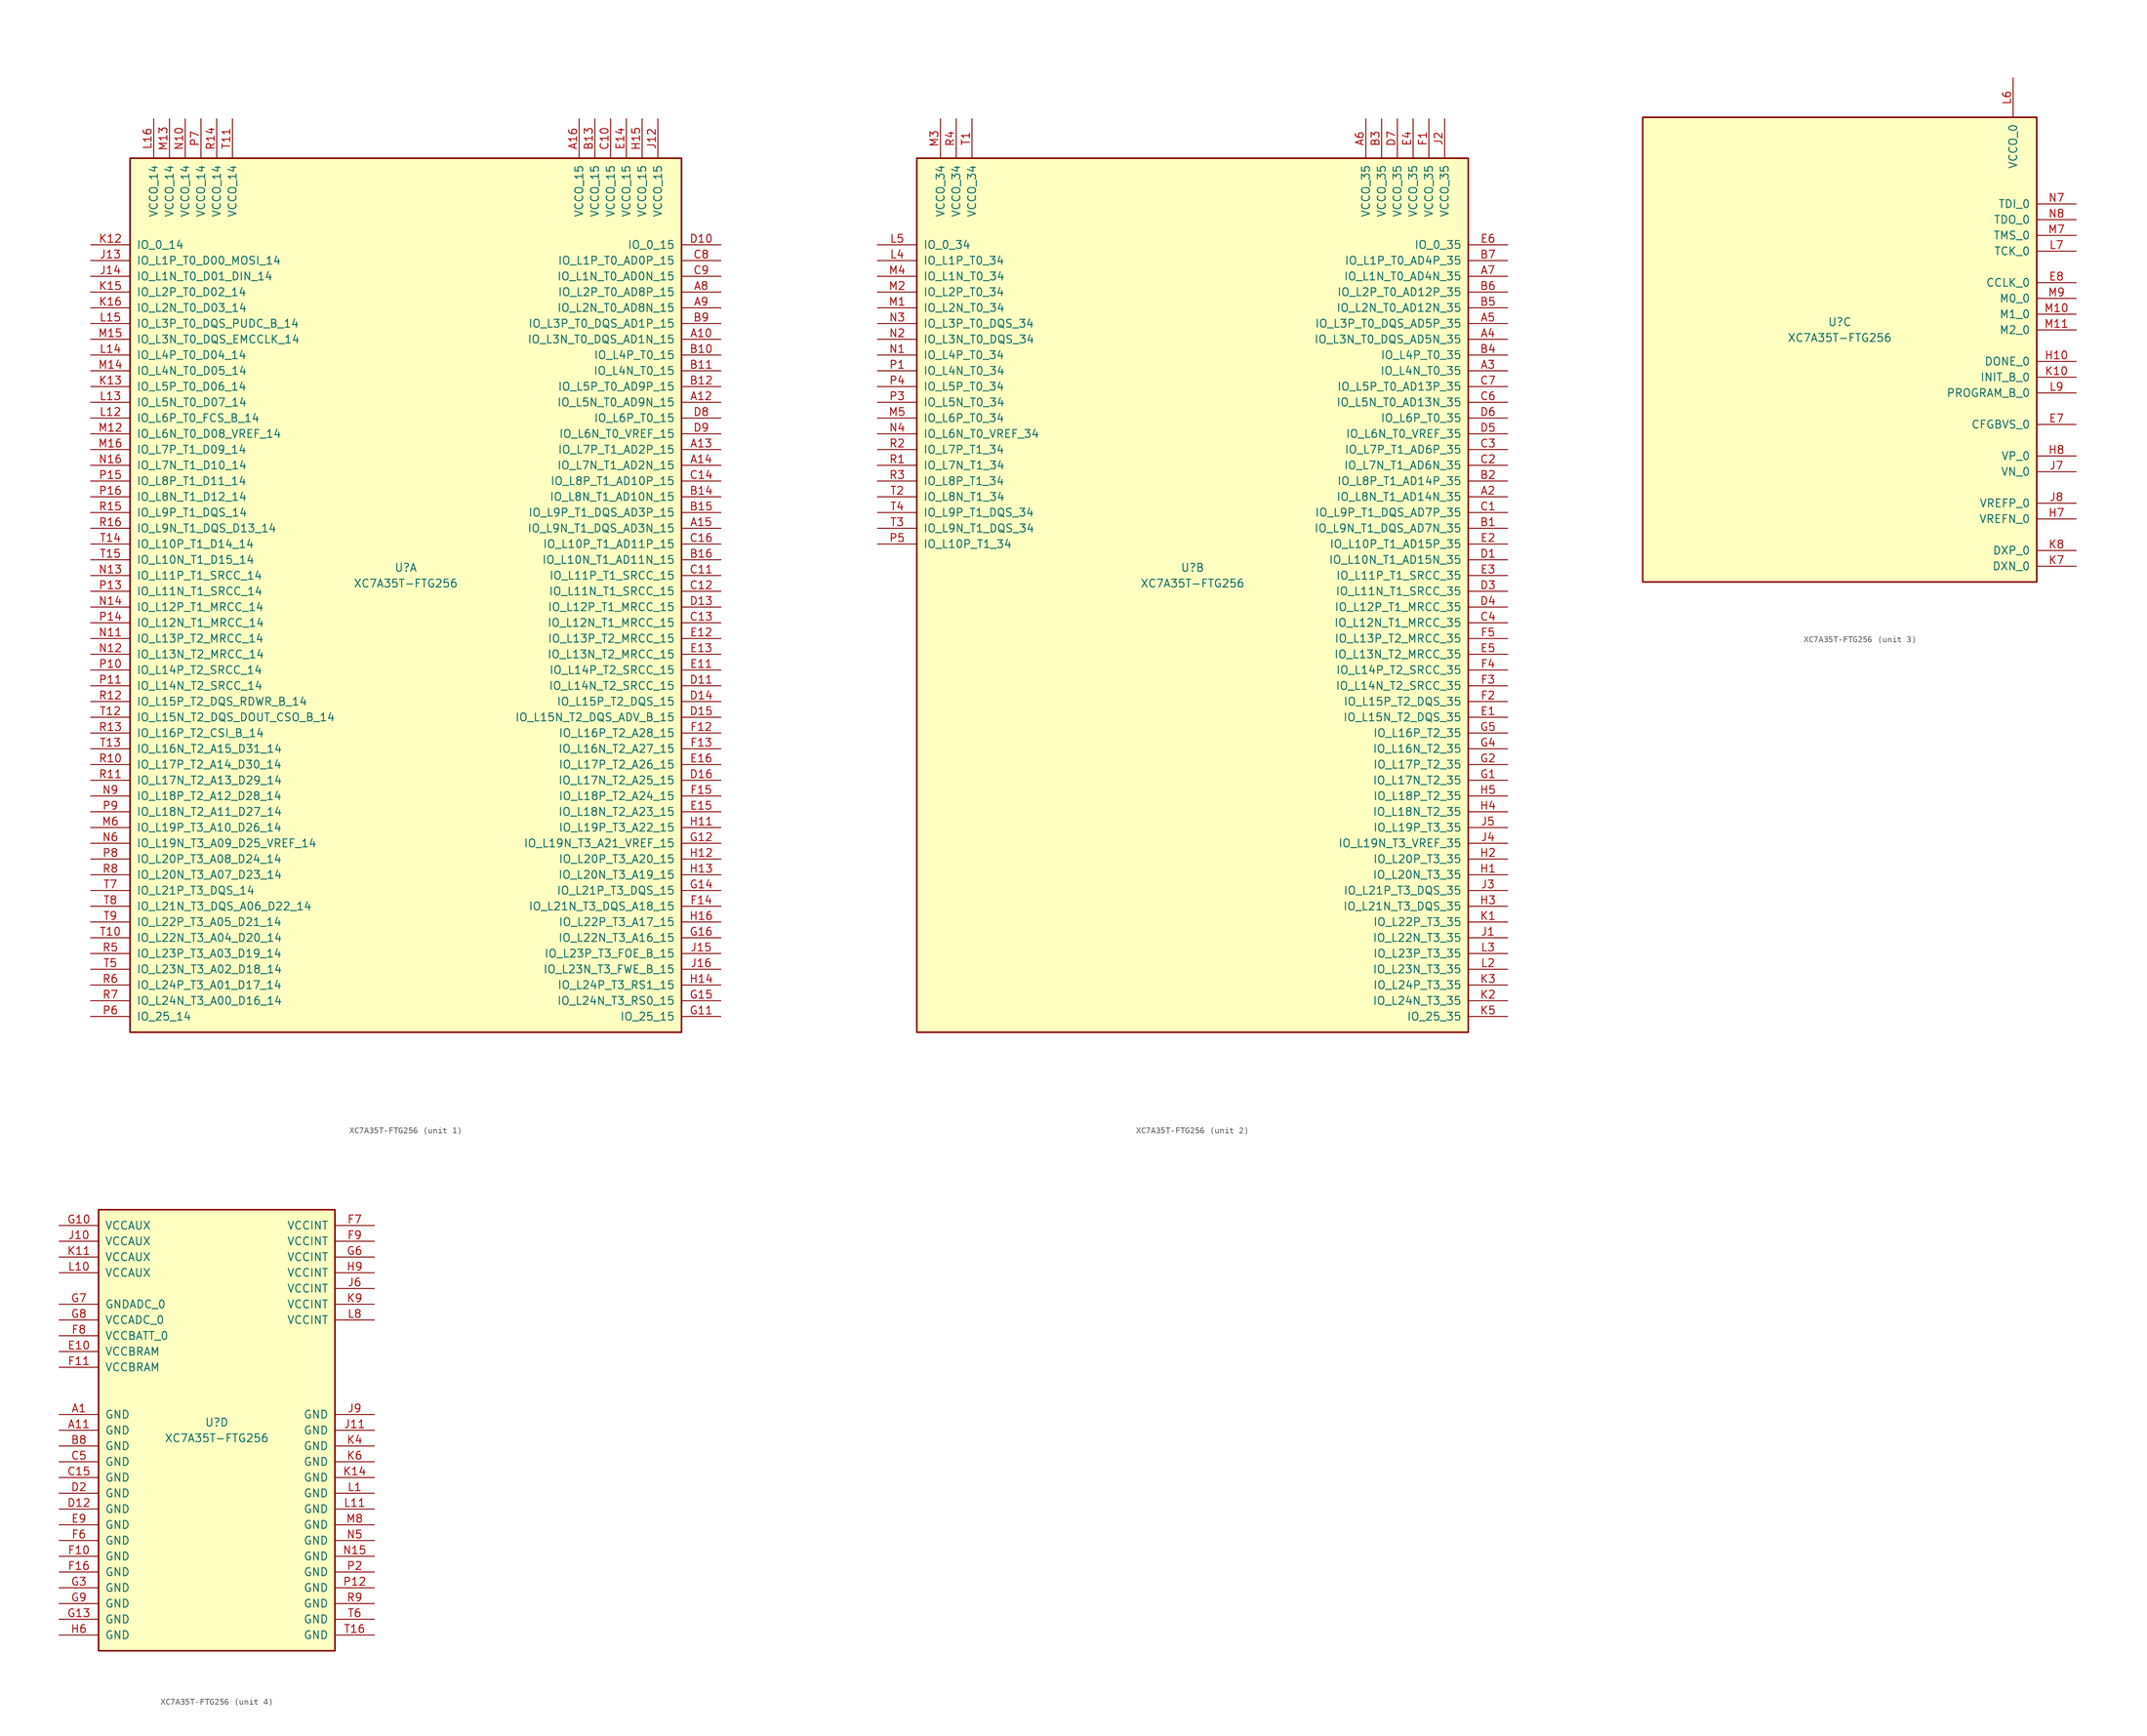
<source format=kicad_sym>
(kicad_symbol_lib
  (version 20211014)
  (generator kicad_symbol_editor)
  (symbol "XC7A35T-FTG256"
    (pin_names
      (offset 1.016))
    (property "Reference" "U"
      (at 0 1.27 0)
      (effects (font (size 1.27 1.27))))
    (property "Value" "XC7A35T-FTG256"
      (at 0 -1.27 0)
      (effects (font (size 1.27 1.27))))
    (property "Datasheet" ""
      (at 0 0 0)
      (effects (font (size 1.27 1.27))))
    (property "ki_locked" ""
      (at 0 0 0)
      (effects (font (size 1.27 1.27))))
    (symbol "XC7A35T-FTG256_1_1"
      (rectangle (start -44.45 67.31) (end 44.45 -73.66) (stroke (width 0.254) (type default) (color 0 0 0 0)) (fill (type background)))
      (pin bidirectional line (at 50.8 38.1 180) (length 6.35) (name "IO_L3N_T0_DQS_AD1N_15" (effects (font (size 1.27 1.27)))) (number "A10" (effects (font (size 1.27 1.27)))))
      (pin bidirectional line (at 50.8 27.94 180) (length 6.35) (name "IO_L5N_T0_AD9N_15" (effects (font (size 1.27 1.27)))) (number "A12" (effects (font (size 1.27 1.27)))))
      (pin bidirectional line (at 50.8 20.32 180) (length 6.35) (name "IO_L7P_T1_AD2P_15" (effects (font (size 1.27 1.27)))) (number "A13" (effects (font (size 1.27 1.27)))))
      (pin bidirectional line (at 50.8 17.78 180) (length 6.35) (name "IO_L7N_T1_AD2N_15" (effects (font (size 1.27 1.27)))) (number "A14" (effects (font (size 1.27 1.27)))))
      (pin bidirectional line (at 50.8 7.62 180) (length 6.35) (name "IO_L9N_T1_DQS_AD3N_15" (effects (font (size 1.27 1.27)))) (number "A15" (effects (font (size 1.27 1.27)))))
      (pin power_in line (at 27.94 73.66 270) (length 6.35) (name "VCCO_15" (effects (font (size 1.27 1.27)))) (number "A16" (effects (font (size 1.27 1.27)))))
      (pin bidirectional line (at 50.8 45.72 180) (length 6.35) (name "IO_L2P_T0_AD8P_15" (effects (font (size 1.27 1.27)))) (number "A8" (effects (font (size 1.27 1.27)))))
      (pin bidirectional line (at 50.8 43.18 180) (length 6.35) (name "IO_L2N_T0_AD8N_15" (effects (font (size 1.27 1.27)))) (number "A9" (effects (font (size 1.27 1.27)))))
      (pin bidirectional line (at 50.8 35.56 180) (length 6.35) (name "IO_L4P_T0_15" (effects (font (size 1.27 1.27)))) (number "B10" (effects (font (size 1.27 1.27)))))
      (pin bidirectional line (at 50.8 33.02 180) (length 6.35) (name "IO_L4N_T0_15" (effects (font (size 1.27 1.27)))) (number "B11" (effects (font (size 1.27 1.27)))))
      (pin bidirectional line (at 50.8 30.48 180) (length 6.35) (name "IO_L5P_T0_AD9P_15" (effects (font (size 1.27 1.27)))) (number "B12" (effects (font (size 1.27 1.27)))))
      (pin power_in line (at 30.48 73.66 270) (length 6.35) (name "VCCO_15" (effects (font (size 1.27 1.27)))) (number "B13" (effects (font (size 1.27 1.27)))))
      (pin bidirectional line (at 50.8 12.7 180) (length 6.35) (name "IO_L8N_T1_AD10N_15" (effects (font (size 1.27 1.27)))) (number "B14" (effects (font (size 1.27 1.27)))))
      (pin bidirectional line (at 50.8 10.16 180) (length 6.35) (name "IO_L9P_T1_DQS_AD3P_15" (effects (font (size 1.27 1.27)))) (number "B15" (effects (font (size 1.27 1.27)))))
      (pin bidirectional line (at 50.8 2.54 180) (length 6.35) (name "IO_L10N_T1_AD11N_15" (effects (font (size 1.27 1.27)))) (number "B16" (effects (font (size 1.27 1.27)))))
      (pin bidirectional line (at 50.8 40.64 180) (length 6.35) (name "IO_L3P_T0_DQS_AD1P_15" (effects (font (size 1.27 1.27)))) (number "B9" (effects (font (size 1.27 1.27)))))
      (pin power_in line (at 33.02 73.66 270) (length 6.35) (name "VCCO_15" (effects (font (size 1.27 1.27)))) (number "C10" (effects (font (size 1.27 1.27)))))
      (pin bidirectional line (at 50.8 0 180) (length 6.35) (name "IO_L11P_T1_SRCC_15" (effects (font (size 1.27 1.27)))) (number "C11" (effects (font (size 1.27 1.27)))))
      (pin bidirectional line (at 50.8 -2.54 180) (length 6.35) (name "IO_L11N_T1_SRCC_15" (effects (font (size 1.27 1.27)))) (number "C12" (effects (font (size 1.27 1.27)))))
      (pin bidirectional line (at 50.8 -7.62 180) (length 6.35) (name "IO_L12N_T1_MRCC_15" (effects (font (size 1.27 1.27)))) (number "C13" (effects (font (size 1.27 1.27)))))
      (pin bidirectional line (at 50.8 15.24 180) (length 6.35) (name "IO_L8P_T1_AD10P_15" (effects (font (size 1.27 1.27)))) (number "C14" (effects (font (size 1.27 1.27)))))
      (pin bidirectional line (at 50.8 5.08 180) (length 6.35) (name "IO_L10P_T1_AD11P_15" (effects (font (size 1.27 1.27)))) (number "C16" (effects (font (size 1.27 1.27)))))
      (pin bidirectional line (at 50.8 50.8 180) (length 6.35) (name "IO_L1P_T0_AD0P_15" (effects (font (size 1.27 1.27)))) (number "C8" (effects (font (size 1.27 1.27)))))
      (pin bidirectional line (at 50.8 48.26 180) (length 6.35) (name "IO_L1N_T0_AD0N_15" (effects (font (size 1.27 1.27)))) (number "C9" (effects (font (size 1.27 1.27)))))
      (pin bidirectional line (at 50.8 53.34 180) (length 6.35) (name "IO_0_15" (effects (font (size 1.27 1.27)))) (number "D10" (effects (font (size 1.27 1.27)))))
      (pin bidirectional line (at 50.8 -17.78 180) (length 6.35) (name "IO_L14N_T2_SRCC_15" (effects (font (size 1.27 1.27)))) (number "D11" (effects (font (size 1.27 1.27)))))
      (pin bidirectional line (at 50.8 -5.08 180) (length 6.35) (name "IO_L12P_T1_MRCC_15" (effects (font (size 1.27 1.27)))) (number "D13" (effects (font (size 1.27 1.27)))))
      (pin bidirectional line (at 50.8 -20.32 180) (length 6.35) (name "IO_L15P_T2_DQS_15" (effects (font (size 1.27 1.27)))) (number "D14" (effects (font (size 1.27 1.27)))))
      (pin bidirectional line (at 50.8 -22.86 180) (length 6.35) (name "IO_L15N_T2_DQS_ADV_B_15" (effects (font (size 1.27 1.27)))) (number "D15" (effects (font (size 1.27 1.27)))))
      (pin bidirectional line (at 50.8 -33.02 180) (length 6.35) (name "IO_L17N_T2_A25_15" (effects (font (size 1.27 1.27)))) (number "D16" (effects (font (size 1.27 1.27)))))
      (pin bidirectional line (at 50.8 25.4 180) (length 6.35) (name "IO_L6P_T0_15" (effects (font (size 1.27 1.27)))) (number "D8" (effects (font (size 1.27 1.27)))))
      (pin bidirectional line (at 50.8 22.86 180) (length 6.35) (name "IO_L6N_T0_VREF_15" (effects (font (size 1.27 1.27)))) (number "D9" (effects (font (size 1.27 1.27)))))
      (pin bidirectional line (at 50.8 -15.24 180) (length 6.35) (name "IO_L14P_T2_SRCC_15" (effects (font (size 1.27 1.27)))) (number "E11" (effects (font (size 1.27 1.27)))))
      (pin bidirectional line (at 50.8 -10.16 180) (length 6.35) (name "IO_L13P_T2_MRCC_15" (effects (font (size 1.27 1.27)))) (number "E12" (effects (font (size 1.27 1.27)))))
      (pin bidirectional line (at 50.8 -12.7 180) (length 6.35) (name "IO_L13N_T2_MRCC_15" (effects (font (size 1.27 1.27)))) (number "E13" (effects (font (size 1.27 1.27)))))
      (pin power_in line (at 35.56 73.66 270) (length 6.35) (name "VCCO_15" (effects (font (size 1.27 1.27)))) (number "E14" (effects (font (size 1.27 1.27)))))
      (pin bidirectional line (at 50.8 -38.1 180) (length 6.35) (name "IO_L18N_T2_A23_15" (effects (font (size 1.27 1.27)))) (number "E15" (effects (font (size 1.27 1.27)))))
      (pin bidirectional line (at 50.8 -30.48 180) (length 6.35) (name "IO_L17P_T2_A26_15" (effects (font (size 1.27 1.27)))) (number "E16" (effects (font (size 1.27 1.27)))))
      (pin bidirectional line (at 50.8 -25.4 180) (length 6.35) (name "IO_L16P_T2_A28_15" (effects (font (size 1.27 1.27)))) (number "F12" (effects (font (size 1.27 1.27)))))
      (pin bidirectional line (at 50.8 -27.94 180) (length 6.35) (name "IO_L16N_T2_A27_15" (effects (font (size 1.27 1.27)))) (number "F13" (effects (font (size 1.27 1.27)))))
      (pin bidirectional line (at 50.8 -53.34 180) (length 6.35) (name "IO_L21N_T3_DQS_A18_15" (effects (font (size 1.27 1.27)))) (number "F14" (effects (font (size 1.27 1.27)))))
      (pin bidirectional line (at 50.8 -35.56 180) (length 6.35) (name "IO_L18P_T2_A24_15" (effects (font (size 1.27 1.27)))) (number "F15" (effects (font (size 1.27 1.27)))))
      (pin bidirectional line (at 50.8 -71.12 180) (length 6.35) (name "IO_25_15" (effects (font (size 1.27 1.27)))) (number "G11" (effects (font (size 1.27 1.27)))))
      (pin bidirectional line (at 50.8 -43.18 180) (length 6.35) (name "IO_L19N_T3_A21_VREF_15" (effects (font (size 1.27 1.27)))) (number "G12" (effects (font (size 1.27 1.27)))))
      (pin bidirectional line (at 50.8 -50.8 180) (length 6.35) (name "IO_L21P_T3_DQS_15" (effects (font (size 1.27 1.27)))) (number "G14" (effects (font (size 1.27 1.27)))))
      (pin bidirectional line (at 50.8 -68.58 180) (length 6.35) (name "IO_L24N_T3_RS0_15" (effects (font (size 1.27 1.27)))) (number "G15" (effects (font (size 1.27 1.27)))))
      (pin bidirectional line (at 50.8 -58.42 180) (length 6.35) (name "IO_L22N_T3_A16_15" (effects (font (size 1.27 1.27)))) (number "G16" (effects (font (size 1.27 1.27)))))
      (pin bidirectional line (at 50.8 -40.64 180) (length 6.35) (name "IO_L19P_T3_A22_15" (effects (font (size 1.27 1.27)))) (number "H11" (effects (font (size 1.27 1.27)))))
      (pin bidirectional line (at 50.8 -45.72 180) (length 6.35) (name "IO_L20P_T3_A20_15" (effects (font (size 1.27 1.27)))) (number "H12" (effects (font (size 1.27 1.27)))))
      (pin bidirectional line (at 50.8 -48.26 180) (length 6.35) (name "IO_L20N_T3_A19_15" (effects (font (size 1.27 1.27)))) (number "H13" (effects (font (size 1.27 1.27)))))
      (pin bidirectional line (at 50.8 -66.04 180) (length 6.35) (name "IO_L24P_T3_RS1_15" (effects (font (size 1.27 1.27)))) (number "H14" (effects (font (size 1.27 1.27)))))
      (pin power_in line (at 38.1 73.66 270) (length 6.35) (name "VCCO_15" (effects (font (size 1.27 1.27)))) (number "H15" (effects (font (size 1.27 1.27)))))
      (pin bidirectional line (at 50.8 -55.88 180) (length 6.35) (name "IO_L22P_T3_A17_15" (effects (font (size 1.27 1.27)))) (number "H16" (effects (font (size 1.27 1.27)))))
      (pin power_in line (at 40.64 73.66 270) (length 6.35) (name "VCCO_15" (effects (font (size 1.27 1.27)))) (number "J12" (effects (font (size 1.27 1.27)))))
      (pin bidirectional line (at -50.8 50.8 0) (length 6.35) (name "IO_L1P_T0_D00_MOSI_14" (effects (font (size 1.27 1.27)))) (number "J13" (effects (font (size 1.27 1.27)))))
      (pin bidirectional line (at -50.8 48.26 0) (length 6.35) (name "IO_L1N_T0_D01_DIN_14" (effects (font (size 1.27 1.27)))) (number "J14" (effects (font (size 1.27 1.27)))))
      (pin bidirectional line (at 50.8 -60.96 180) (length 6.35) (name "IO_L23P_T3_FOE_B_15" (effects (font (size 1.27 1.27)))) (number "J15" (effects (font (size 1.27 1.27)))))
      (pin bidirectional line (at 50.8 -63.5 180) (length 6.35) (name "IO_L23N_T3_FWE_B_15" (effects (font (size 1.27 1.27)))) (number "J16" (effects (font (size 1.27 1.27)))))
      (pin bidirectional line (at -50.8 53.34 0) (length 6.35) (name "IO_0_14" (effects (font (size 1.27 1.27)))) (number "K12" (effects (font (size 1.27 1.27)))))
      (pin bidirectional line (at -50.8 30.48 0) (length 6.35) (name "IO_L5P_T0_D06_14" (effects (font (size 1.27 1.27)))) (number "K13" (effects (font (size 1.27 1.27)))))
      (pin bidirectional line (at -50.8 45.72 0) (length 6.35) (name "IO_L2P_T0_D02_14" (effects (font (size 1.27 1.27)))) (number "K15" (effects (font (size 1.27 1.27)))))
      (pin bidirectional line (at -50.8 43.18 0) (length 6.35) (name "IO_L2N_T0_D03_14" (effects (font (size 1.27 1.27)))) (number "K16" (effects (font (size 1.27 1.27)))))
      (pin bidirectional line (at -50.8 25.4 0) (length 6.35) (name "IO_L6P_T0_FCS_B_14" (effects (font (size 1.27 1.27)))) (number "L12" (effects (font (size 1.27 1.27)))))
      (pin bidirectional line (at -50.8 27.94 0) (length 6.35) (name "IO_L5N_T0_D07_14" (effects (font (size 1.27 1.27)))) (number "L13" (effects (font (size 1.27 1.27)))))
      (pin bidirectional line (at -50.8 35.56 0) (length 6.35) (name "IO_L4P_T0_D04_14" (effects (font (size 1.27 1.27)))) (number "L14" (effects (font (size 1.27 1.27)))))
      (pin bidirectional line (at -50.8 40.64 0) (length 6.35) (name "IO_L3P_T0_DQS_PUDC_B_14" (effects (font (size 1.27 1.27)))) (number "L15" (effects (font (size 1.27 1.27)))))
      (pin power_in line (at -40.64 73.66 270) (length 6.35) (name "VCCO_14" (effects (font (size 1.27 1.27)))) (number "L16" (effects (font (size 1.27 1.27)))))
      (pin bidirectional line (at -50.8 22.86 0) (length 6.35) (name "IO_L6N_T0_D08_VREF_14" (effects (font (size 1.27 1.27)))) (number "M12" (effects (font (size 1.27 1.27)))))
      (pin power_in line (at -38.1 73.66 270) (length 6.35) (name "VCCO_14" (effects (font (size 1.27 1.27)))) (number "M13" (effects (font (size 1.27 1.27)))))
      (pin bidirectional line (at -50.8 33.02 0) (length 6.35) (name "IO_L4N_T0_D05_14" (effects (font (size 1.27 1.27)))) (number "M14" (effects (font (size 1.27 1.27)))))
      (pin bidirectional line (at -50.8 38.1 0) (length 6.35) (name "IO_L3N_T0_DQS_EMCCLK_14" (effects (font (size 1.27 1.27)))) (number "M15" (effects (font (size 1.27 1.27)))))
      (pin bidirectional line (at -50.8 20.32 0) (length 6.35) (name "IO_L7P_T1_D09_14" (effects (font (size 1.27 1.27)))) (number "M16" (effects (font (size 1.27 1.27)))))
      (pin bidirectional line (at -50.8 -40.64 0) (length 6.35) (name "IO_L19P_T3_A10_D26_14" (effects (font (size 1.27 1.27)))) (number "M6" (effects (font (size 1.27 1.27)))))
      (pin power_in line (at -35.56 73.66 270) (length 6.35) (name "VCCO_14" (effects (font (size 1.27 1.27)))) (number "N10" (effects (font (size 1.27 1.27)))))
      (pin bidirectional line (at -50.8 -10.16 0) (length 6.35) (name "IO_L13P_T2_MRCC_14" (effects (font (size 1.27 1.27)))) (number "N11" (effects (font (size 1.27 1.27)))))
      (pin bidirectional line (at -50.8 -12.7 0) (length 6.35) (name "IO_L13N_T2_MRCC_14" (effects (font (size 1.27 1.27)))) (number "N12" (effects (font (size 1.27 1.27)))))
      (pin bidirectional line (at -50.8 0 0) (length 6.35) (name "IO_L11P_T1_SRCC_14" (effects (font (size 1.27 1.27)))) (number "N13" (effects (font (size 1.27 1.27)))))
      (pin bidirectional line (at -50.8 -5.08 0) (length 6.35) (name "IO_L12P_T1_MRCC_14" (effects (font (size 1.27 1.27)))) (number "N14" (effects (font (size 1.27 1.27)))))
      (pin bidirectional line (at -50.8 17.78 0) (length 6.35) (name "IO_L7N_T1_D10_14" (effects (font (size 1.27 1.27)))) (number "N16" (effects (font (size 1.27 1.27)))))
      (pin bidirectional line (at -50.8 -43.18 0) (length 6.35) (name "IO_L19N_T3_A09_D25_VREF_14" (effects (font (size 1.27 1.27)))) (number "N6" (effects (font (size 1.27 1.27)))))
      (pin bidirectional line (at -50.8 -35.56 0) (length 6.35) (name "IO_L18P_T2_A12_D28_14" (effects (font (size 1.27 1.27)))) (number "N9" (effects (font (size 1.27 1.27)))))
      (pin bidirectional line (at -50.8 -15.24 0) (length 6.35) (name "IO_L14P_T2_SRCC_14" (effects (font (size 1.27 1.27)))) (number "P10" (effects (font (size 1.27 1.27)))))
      (pin bidirectional line (at -50.8 -17.78 0) (length 6.35) (name "IO_L14N_T2_SRCC_14" (effects (font (size 1.27 1.27)))) (number "P11" (effects (font (size 1.27 1.27)))))
      (pin bidirectional line (at -50.8 -2.54 0) (length 6.35) (name "IO_L11N_T1_SRCC_14" (effects (font (size 1.27 1.27)))) (number "P13" (effects (font (size 1.27 1.27)))))
      (pin bidirectional line (at -50.8 -7.62 0) (length 6.35) (name "IO_L12N_T1_MRCC_14" (effects (font (size 1.27 1.27)))) (number "P14" (effects (font (size 1.27 1.27)))))
      (pin bidirectional line (at -50.8 15.24 0) (length 6.35) (name "IO_L8P_T1_D11_14" (effects (font (size 1.27 1.27)))) (number "P15" (effects (font (size 1.27 1.27)))))
      (pin bidirectional line (at -50.8 12.7 0) (length 6.35) (name "IO_L8N_T1_D12_14" (effects (font (size 1.27 1.27)))) (number "P16" (effects (font (size 1.27 1.27)))))
      (pin bidirectional line (at -50.8 -71.12 0) (length 6.35) (name "IO_25_14" (effects (font (size 1.27 1.27)))) (number "P6" (effects (font (size 1.27 1.27)))))
      (pin power_in line (at -33.02 73.66 270) (length 6.35) (name "VCCO_14" (effects (font (size 1.27 1.27)))) (number "P7" (effects (font (size 1.27 1.27)))))
      (pin bidirectional line (at -50.8 -45.72 0) (length 6.35) (name "IO_L20P_T3_A08_D24_14" (effects (font (size 1.27 1.27)))) (number "P8" (effects (font (size 1.27 1.27)))))
      (pin bidirectional line (at -50.8 -38.1 0) (length 6.35) (name "IO_L18N_T2_A11_D27_14" (effects (font (size 1.27 1.27)))) (number "P9" (effects (font (size 1.27 1.27)))))
      (pin bidirectional line (at -50.8 -30.48 0) (length 6.35) (name "IO_L17P_T2_A14_D30_14" (effects (font (size 1.27 1.27)))) (number "R10" (effects (font (size 1.27 1.27)))))
      (pin bidirectional line (at -50.8 -33.02 0) (length 6.35) (name "IO_L17N_T2_A13_D29_14" (effects (font (size 1.27 1.27)))) (number "R11" (effects (font (size 1.27 1.27)))))
      (pin bidirectional line (at -50.8 -20.32 0) (length 6.35) (name "IO_L15P_T2_DQS_RDWR_B_14" (effects (font (size 1.27 1.27)))) (number "R12" (effects (font (size 1.27 1.27)))))
      (pin bidirectional line (at -50.8 -25.4 0) (length 6.35) (name "IO_L16P_T2_CSI_B_14" (effects (font (size 1.27 1.27)))) (number "R13" (effects (font (size 1.27 1.27)))))
      (pin power_in line (at -30.48 73.66 270) (length 6.35) (name "VCCO_14" (effects (font (size 1.27 1.27)))) (number "R14" (effects (font (size 1.27 1.27)))))
      (pin bidirectional line (at -50.8 10.16 0) (length 6.35) (name "IO_L9P_T1_DQS_14" (effects (font (size 1.27 1.27)))) (number "R15" (effects (font (size 1.27 1.27)))))
      (pin bidirectional line (at -50.8 7.62 0) (length 6.35) (name "IO_L9N_T1_DQS_D13_14" (effects (font (size 1.27 1.27)))) (number "R16" (effects (font (size 1.27 1.27)))))
      (pin bidirectional line (at -50.8 -60.96 0) (length 6.35) (name "IO_L23P_T3_A03_D19_14" (effects (font (size 1.27 1.27)))) (number "R5" (effects (font (size 1.27 1.27)))))
      (pin bidirectional line (at -50.8 -66.04 0) (length 6.35) (name "IO_L24P_T3_A01_D17_14" (effects (font (size 1.27 1.27)))) (number "R6" (effects (font (size 1.27 1.27)))))
      (pin bidirectional line (at -50.8 -68.58 0) (length 6.35) (name "IO_L24N_T3_A00_D16_14" (effects (font (size 1.27 1.27)))) (number "R7" (effects (font (size 1.27 1.27)))))
      (pin bidirectional line (at -50.8 -48.26 0) (length 6.35) (name "IO_L20N_T3_A07_D23_14" (effects (font (size 1.27 1.27)))) (number "R8" (effects (font (size 1.27 1.27)))))
      (pin bidirectional line (at -50.8 -58.42 0) (length 6.35) (name "IO_L22N_T3_A04_D20_14" (effects (font (size 1.27 1.27)))) (number "T10" (effects (font (size 1.27 1.27)))))
      (pin power_in line (at -27.94 73.66 270) (length 6.35) (name "VCCO_14" (effects (font (size 1.27 1.27)))) (number "T11" (effects (font (size 1.27 1.27)))))
      (pin bidirectional line (at -50.8 -22.86 0) (length 6.35) (name "IO_L15N_T2_DQS_DOUT_CSO_B_14" (effects (font (size 1.27 1.27)))) (number "T12" (effects (font (size 1.27 1.27)))))
      (pin bidirectional line (at -50.8 -27.94 0) (length 6.35) (name "IO_L16N_T2_A15_D31_14" (effects (font (size 1.27 1.27)))) (number "T13" (effects (font (size 1.27 1.27)))))
      (pin bidirectional line (at -50.8 5.08 0) (length 6.35) (name "IO_L10P_T1_D14_14" (effects (font (size 1.27 1.27)))) (number "T14" (effects (font (size 1.27 1.27)))))
      (pin bidirectional line (at -50.8 2.54 0) (length 6.35) (name "IO_L10N_T1_D15_14" (effects (font (size 1.27 1.27)))) (number "T15" (effects (font (size 1.27 1.27)))))
      (pin bidirectional line (at -50.8 -63.5 0) (length 6.35) (name "IO_L23N_T3_A02_D18_14" (effects (font (size 1.27 1.27)))) (number "T5" (effects (font (size 1.27 1.27)))))
      (pin bidirectional line (at -50.8 -50.8 0) (length 6.35) (name "IO_L21P_T3_DQS_14" (effects (font (size 1.27 1.27)))) (number "T7" (effects (font (size 1.27 1.27)))))
      (pin bidirectional line (at -50.8 -53.34 0) (length 6.35) (name "IO_L21N_T3_DQS_A06_D22_14" (effects (font (size 1.27 1.27)))) (number "T8" (effects (font (size 1.27 1.27)))))
      (pin bidirectional line (at -50.8 -55.88 0) (length 6.35) (name "IO_L22P_T3_A05_D21_14" (effects (font (size 1.27 1.27)))) (number "T9" (effects (font (size 1.27 1.27))))))
    (symbol "XC7A35T-FTG256_2_1"
      (rectangle (start -44.45 67.31) (end 44.45 -73.66) (stroke (width 0.254) (type default) (color 0 0 0 0)) (fill (type background)))
      (pin bidirectional line (at 50.8 12.7 180) (length 6.35) (name "IO_L8N_T1_AD14N_35" (effects (font (size 1.27 1.27)))) (number "A2" (effects (font (size 1.27 1.27)))))
      (pin bidirectional line (at 50.8 33.02 180) (length 6.35) (name "IO_L4N_T0_35" (effects (font (size 1.27 1.27)))) (number "A3" (effects (font (size 1.27 1.27)))))
      (pin bidirectional line (at 50.8 38.1 180) (length 6.35) (name "IO_L3N_T0_DQS_AD5N_35" (effects (font (size 1.27 1.27)))) (number "A4" (effects (font (size 1.27 1.27)))))
      (pin bidirectional line (at 50.8 40.64 180) (length 6.35) (name "IO_L3P_T0_DQS_AD5P_35" (effects (font (size 1.27 1.27)))) (number "A5" (effects (font (size 1.27 1.27)))))
      (pin power_in line (at 27.94 73.66 270) (length 6.35) (name "VCCO_35" (effects (font (size 1.27 1.27)))) (number "A6" (effects (font (size 1.27 1.27)))))
      (pin bidirectional line (at 50.8 48.26 180) (length 6.35) (name "IO_L1N_T0_AD4N_35" (effects (font (size 1.27 1.27)))) (number "A7" (effects (font (size 1.27 1.27)))))
      (pin bidirectional line (at 50.8 7.62 180) (length 6.35) (name "IO_L9N_T1_DQS_AD7N_35" (effects (font (size 1.27 1.27)))) (number "B1" (effects (font (size 1.27 1.27)))))
      (pin bidirectional line (at 50.8 15.24 180) (length 6.35) (name "IO_L8P_T1_AD14P_35" (effects (font (size 1.27 1.27)))) (number "B2" (effects (font (size 1.27 1.27)))))
      (pin power_in line (at 30.48 73.66 270) (length 6.35) (name "VCCO_35" (effects (font (size 1.27 1.27)))) (number "B3" (effects (font (size 1.27 1.27)))))
      (pin bidirectional line (at 50.8 35.56 180) (length 6.35) (name "IO_L4P_T0_35" (effects (font (size 1.27 1.27)))) (number "B4" (effects (font (size 1.27 1.27)))))
      (pin bidirectional line (at 50.8 43.18 180) (length 6.35) (name "IO_L2N_T0_AD12N_35" (effects (font (size 1.27 1.27)))) (number "B5" (effects (font (size 1.27 1.27)))))
      (pin bidirectional line (at 50.8 45.72 180) (length 6.35) (name "IO_L2P_T0_AD12P_35" (effects (font (size 1.27 1.27)))) (number "B6" (effects (font (size 1.27 1.27)))))
      (pin bidirectional line (at 50.8 50.8 180) (length 6.35) (name "IO_L1P_T0_AD4P_35" (effects (font (size 1.27 1.27)))) (number "B7" (effects (font (size 1.27 1.27)))))
      (pin bidirectional line (at 50.8 10.16 180) (length 6.35) (name "IO_L9P_T1_DQS_AD7P_35" (effects (font (size 1.27 1.27)))) (number "C1" (effects (font (size 1.27 1.27)))))
      (pin bidirectional line (at 50.8 17.78 180) (length 6.35) (name "IO_L7N_T1_AD6N_35" (effects (font (size 1.27 1.27)))) (number "C2" (effects (font (size 1.27 1.27)))))
      (pin bidirectional line (at 50.8 20.32 180) (length 6.35) (name "IO_L7P_T1_AD6P_35" (effects (font (size 1.27 1.27)))) (number "C3" (effects (font (size 1.27 1.27)))))
      (pin bidirectional line (at 50.8 -7.62 180) (length 6.35) (name "IO_L12N_T1_MRCC_35" (effects (font (size 1.27 1.27)))) (number "C4" (effects (font (size 1.27 1.27)))))
      (pin bidirectional line (at 50.8 27.94 180) (length 6.35) (name "IO_L5N_T0_AD13N_35" (effects (font (size 1.27 1.27)))) (number "C6" (effects (font (size 1.27 1.27)))))
      (pin bidirectional line (at 50.8 30.48 180) (length 6.35) (name "IO_L5P_T0_AD13P_35" (effects (font (size 1.27 1.27)))) (number "C7" (effects (font (size 1.27 1.27)))))
      (pin bidirectional line (at 50.8 2.54 180) (length 6.35) (name "IO_L10N_T1_AD15N_35" (effects (font (size 1.27 1.27)))) (number "D1" (effects (font (size 1.27 1.27)))))
      (pin bidirectional line (at 50.8 -2.54 180) (length 6.35) (name "IO_L11N_T1_SRCC_35" (effects (font (size 1.27 1.27)))) (number "D3" (effects (font (size 1.27 1.27)))))
      (pin bidirectional line (at 50.8 -5.08 180) (length 6.35) (name "IO_L12P_T1_MRCC_35" (effects (font (size 1.27 1.27)))) (number "D4" (effects (font (size 1.27 1.27)))))
      (pin bidirectional line (at 50.8 22.86 180) (length 6.35) (name "IO_L6N_T0_VREF_35" (effects (font (size 1.27 1.27)))) (number "D5" (effects (font (size 1.27 1.27)))))
      (pin bidirectional line (at 50.8 25.4 180) (length 6.35) (name "IO_L6P_T0_35" (effects (font (size 1.27 1.27)))) (number "D6" (effects (font (size 1.27 1.27)))))
      (pin power_in line (at 33.02 73.66 270) (length 6.35) (name "VCCO_35" (effects (font (size 1.27 1.27)))) (number "D7" (effects (font (size 1.27 1.27)))))
      (pin bidirectional line (at 50.8 -22.86 180) (length 6.35) (name "IO_L15N_T2_DQS_35" (effects (font (size 1.27 1.27)))) (number "E1" (effects (font (size 1.27 1.27)))))
      (pin bidirectional line (at 50.8 5.08 180) (length 6.35) (name "IO_L10P_T1_AD15P_35" (effects (font (size 1.27 1.27)))) (number "E2" (effects (font (size 1.27 1.27)))))
      (pin bidirectional line (at 50.8 0 180) (length 6.35) (name "IO_L11P_T1_SRCC_35" (effects (font (size 1.27 1.27)))) (number "E3" (effects (font (size 1.27 1.27)))))
      (pin power_in line (at 35.56 73.66 270) (length 6.35) (name "VCCO_35" (effects (font (size 1.27 1.27)))) (number "E4" (effects (font (size 1.27 1.27)))))
      (pin bidirectional line (at 50.8 -12.7 180) (length 6.35) (name "IO_L13N_T2_MRCC_35" (effects (font (size 1.27 1.27)))) (number "E5" (effects (font (size 1.27 1.27)))))
      (pin bidirectional line (at 50.8 53.34 180) (length 6.35) (name "IO_0_35" (effects (font (size 1.27 1.27)))) (number "E6" (effects (font (size 1.27 1.27)))))
      (pin power_in line (at 38.1 73.66 270) (length 6.35) (name "VCCO_35" (effects (font (size 1.27 1.27)))) (number "F1" (effects (font (size 1.27 1.27)))))
      (pin bidirectional line (at 50.8 -20.32 180) (length 6.35) (name "IO_L15P_T2_DQS_35" (effects (font (size 1.27 1.27)))) (number "F2" (effects (font (size 1.27 1.27)))))
      (pin bidirectional line (at 50.8 -17.78 180) (length 6.35) (name "IO_L14N_T2_SRCC_35" (effects (font (size 1.27 1.27)))) (number "F3" (effects (font (size 1.27 1.27)))))
      (pin bidirectional line (at 50.8 -15.24 180) (length 6.35) (name "IO_L14P_T2_SRCC_35" (effects (font (size 1.27 1.27)))) (number "F4" (effects (font (size 1.27 1.27)))))
      (pin bidirectional line (at 50.8 -10.16 180) (length 6.35) (name "IO_L13P_T2_MRCC_35" (effects (font (size 1.27 1.27)))) (number "F5" (effects (font (size 1.27 1.27)))))
      (pin bidirectional line (at 50.8 -33.02 180) (length 6.35) (name "IO_L17N_T2_35" (effects (font (size 1.27 1.27)))) (number "G1" (effects (font (size 1.27 1.27)))))
      (pin bidirectional line (at 50.8 -30.48 180) (length 6.35) (name "IO_L17P_T2_35" (effects (font (size 1.27 1.27)))) (number "G2" (effects (font (size 1.27 1.27)))))
      (pin bidirectional line (at 50.8 -27.94 180) (length 6.35) (name "IO_L16N_T2_35" (effects (font (size 1.27 1.27)))) (number "G4" (effects (font (size 1.27 1.27)))))
      (pin bidirectional line (at 50.8 -25.4 180) (length 6.35) (name "IO_L16P_T2_35" (effects (font (size 1.27 1.27)))) (number "G5" (effects (font (size 1.27 1.27)))))
      (pin bidirectional line (at 50.8 -48.26 180) (length 6.35) (name "IO_L20N_T3_35" (effects (font (size 1.27 1.27)))) (number "H1" (effects (font (size 1.27 1.27)))))
      (pin bidirectional line (at 50.8 -45.72 180) (length 6.35) (name "IO_L20P_T3_35" (effects (font (size 1.27 1.27)))) (number "H2" (effects (font (size 1.27 1.27)))))
      (pin bidirectional line (at 50.8 -53.34 180) (length 6.35) (name "IO_L21N_T3_DQS_35" (effects (font (size 1.27 1.27)))) (number "H3" (effects (font (size 1.27 1.27)))))
      (pin bidirectional line (at 50.8 -38.1 180) (length 6.35) (name "IO_L18N_T2_35" (effects (font (size 1.27 1.27)))) (number "H4" (effects (font (size 1.27 1.27)))))
      (pin bidirectional line (at 50.8 -35.56 180) (length 6.35) (name "IO_L18P_T2_35" (effects (font (size 1.27 1.27)))) (number "H5" (effects (font (size 1.27 1.27)))))
      (pin bidirectional line (at 50.8 -58.42 180) (length 6.35) (name "IO_L22N_T3_35" (effects (font (size 1.27 1.27)))) (number "J1" (effects (font (size 1.27 1.27)))))
      (pin power_in line (at 40.64 73.66 270) (length 6.35) (name "VCCO_35" (effects (font (size 1.27 1.27)))) (number "J2" (effects (font (size 1.27 1.27)))))
      (pin bidirectional line (at 50.8 -50.8 180) (length 6.35) (name "IO_L21P_T3_DQS_35" (effects (font (size 1.27 1.27)))) (number "J3" (effects (font (size 1.27 1.27)))))
      (pin bidirectional line (at 50.8 -43.18 180) (length 6.35) (name "IO_L19N_T3_VREF_35" (effects (font (size 1.27 1.27)))) (number "J4" (effects (font (size 1.27 1.27)))))
      (pin bidirectional line (at 50.8 -40.64 180) (length 6.35) (name "IO_L19P_T3_35" (effects (font (size 1.27 1.27)))) (number "J5" (effects (font (size 1.27 1.27)))))
      (pin bidirectional line (at 50.8 -55.88 180) (length 6.35) (name "IO_L22P_T3_35" (effects (font (size 1.27 1.27)))) (number "K1" (effects (font (size 1.27 1.27)))))
      (pin bidirectional line (at 50.8 -68.58 180) (length 6.35) (name "IO_L24N_T3_35" (effects (font (size 1.27 1.27)))) (number "K2" (effects (font (size 1.27 1.27)))))
      (pin bidirectional line (at 50.8 -66.04 180) (length 6.35) (name "IO_L24P_T3_35" (effects (font (size 1.27 1.27)))) (number "K3" (effects (font (size 1.27 1.27)))))
      (pin bidirectional line (at 50.8 -71.12 180) (length 6.35) (name "IO_25_35" (effects (font (size 1.27 1.27)))) (number "K5" (effects (font (size 1.27 1.27)))))
      (pin bidirectional line (at 50.8 -63.5 180) (length 6.35) (name "IO_L23N_T3_35" (effects (font (size 1.27 1.27)))) (number "L2" (effects (font (size 1.27 1.27)))))
      (pin bidirectional line (at 50.8 -60.96 180) (length 6.35) (name "IO_L23P_T3_35" (effects (font (size 1.27 1.27)))) (number "L3" (effects (font (size 1.27 1.27)))))
      (pin bidirectional line (at -50.8 50.8 0) (length 6.35) (name "IO_L1P_T0_34" (effects (font (size 1.27 1.27)))) (number "L4" (effects (font (size 1.27 1.27)))))
      (pin bidirectional line (at -50.8 53.34 0) (length 6.35) (name "IO_0_34" (effects (font (size 1.27 1.27)))) (number "L5" (effects (font (size 1.27 1.27)))))
      (pin bidirectional line (at -50.8 43.18 0) (length 6.35) (name "IO_L2N_T0_34" (effects (font (size 1.27 1.27)))) (number "M1" (effects (font (size 1.27 1.27)))))
      (pin bidirectional line (at -50.8 45.72 0) (length 6.35) (name "IO_L2P_T0_34" (effects (font (size 1.27 1.27)))) (number "M2" (effects (font (size 1.27 1.27)))))
      (pin power_in line (at -40.64 73.66 270) (length 6.35) (name "VCCO_34" (effects (font (size 1.27 1.27)))) (number "M3" (effects (font (size 1.27 1.27)))))
      (pin bidirectional line (at -50.8 48.26 0) (length 6.35) (name "IO_L1N_T0_34" (effects (font (size 1.27 1.27)))) (number "M4" (effects (font (size 1.27 1.27)))))
      (pin bidirectional line (at -50.8 25.4 0) (length 6.35) (name "IO_L6P_T0_34" (effects (font (size 1.27 1.27)))) (number "M5" (effects (font (size 1.27 1.27)))))
      (pin bidirectional line (at -50.8 35.56 0) (length 6.35) (name "IO_L4P_T0_34" (effects (font (size 1.27 1.27)))) (number "N1" (effects (font (size 1.27 1.27)))))
      (pin bidirectional line (at -50.8 38.1 0) (length 6.35) (name "IO_L3N_T0_DQS_34" (effects (font (size 1.27 1.27)))) (number "N2" (effects (font (size 1.27 1.27)))))
      (pin bidirectional line (at -50.8 40.64 0) (length 6.35) (name "IO_L3P_T0_DQS_34" (effects (font (size 1.27 1.27)))) (number "N3" (effects (font (size 1.27 1.27)))))
      (pin bidirectional line (at -50.8 22.86 0) (length 6.35) (name "IO_L6N_T0_VREF_34" (effects (font (size 1.27 1.27)))) (number "N4" (effects (font (size 1.27 1.27)))))
      (pin bidirectional line (at -50.8 33.02 0) (length 6.35) (name "IO_L4N_T0_34" (effects (font (size 1.27 1.27)))) (number "P1" (effects (font (size 1.27 1.27)))))
      (pin bidirectional line (at -50.8 27.94 0) (length 6.35) (name "IO_L5N_T0_34" (effects (font (size 1.27 1.27)))) (number "P3" (effects (font (size 1.27 1.27)))))
      (pin bidirectional line (at -50.8 30.48 0) (length 6.35) (name "IO_L5P_T0_34" (effects (font (size 1.27 1.27)))) (number "P4" (effects (font (size 1.27 1.27)))))
      (pin bidirectional line (at -50.8 5.08 0) (length 6.35) (name "IO_L10P_T1_34" (effects (font (size 1.27 1.27)))) (number "P5" (effects (font (size 1.27 1.27)))))
      (pin bidirectional line (at -50.8 17.78 0) (length 6.35) (name "IO_L7N_T1_34" (effects (font (size 1.27 1.27)))) (number "R1" (effects (font (size 1.27 1.27)))))
      (pin bidirectional line (at -50.8 20.32 0) (length 6.35) (name "IO_L7P_T1_34" (effects (font (size 1.27 1.27)))) (number "R2" (effects (font (size 1.27 1.27)))))
      (pin bidirectional line (at -50.8 15.24 0) (length 6.35) (name "IO_L8P_T1_34" (effects (font (size 1.27 1.27)))) (number "R3" (effects (font (size 1.27 1.27)))))
      (pin power_in line (at -38.1 73.66 270) (length 6.35) (name "VCCO_34" (effects (font (size 1.27 1.27)))) (number "R4" (effects (font (size 1.27 1.27)))))
      (pin power_in line (at -35.56 73.66 270) (length 6.35) (name "VCCO_34" (effects (font (size 1.27 1.27)))) (number "T1" (effects (font (size 1.27 1.27)))))
      (pin bidirectional line (at -50.8 12.7 0) (length 6.35) (name "IO_L8N_T1_34" (effects (font (size 1.27 1.27)))) (number "T2" (effects (font (size 1.27 1.27)))))
      (pin bidirectional line (at -50.8 7.62 0) (length 6.35) (name "IO_L9N_T1_DQS_34" (effects (font (size 1.27 1.27)))) (number "T3" (effects (font (size 1.27 1.27)))))
      (pin bidirectional line (at -50.8 10.16 0) (length 6.35) (name "IO_L9P_T1_DQS_34" (effects (font (size 1.27 1.27)))) (number "T4" (effects (font (size 1.27 1.27))))))
    (symbol "XC7A35T-FTG256_3_1"
      (rectangle (start -31.75 34.29) (end 31.75 -40.64) (stroke (width 0.254) (type default) (color 0 0 0 0)) (fill (type background)))
      (pin bidirectional line (at 38.1 -15.24 180) (length 6.35) (name "CFGBVS_0" (effects (font (size 1.27 1.27)))) (number "E7" (effects (font (size 1.27 1.27)))))
      (pin bidirectional line (at 38.1 7.62 180) (length 6.35) (name "CCLK_0" (effects (font (size 1.27 1.27)))) (number "E8" (effects (font (size 1.27 1.27)))))
      (pin bidirectional line (at 38.1 -5.08 180) (length 6.35) (name "DONE_0" (effects (font (size 1.27 1.27)))) (number "H10" (effects (font (size 1.27 1.27)))))
      (pin bidirectional line (at 38.1 -30.48 180) (length 6.35) (name "VREFN_0" (effects (font (size 1.27 1.27)))) (number "H7" (effects (font (size 1.27 1.27)))))
      (pin bidirectional line (at 38.1 -20.32 180) (length 6.35) (name "VP_0" (effects (font (size 1.27 1.27)))) (number "H8" (effects (font (size 1.27 1.27)))))
      (pin bidirectional line (at 38.1 -22.86 180) (length 6.35) (name "VN_0" (effects (font (size 1.27 1.27)))) (number "J7" (effects (font (size 1.27 1.27)))))
      (pin bidirectional line (at 38.1 -27.94 180) (length 6.35) (name "VREFP_0" (effects (font (size 1.27 1.27)))) (number "J8" (effects (font (size 1.27 1.27)))))
      (pin bidirectional line (at 38.1 -7.62 180) (length 6.35) (name "INIT_B_0" (effects (font (size 1.27 1.27)))) (number "K10" (effects (font (size 1.27 1.27)))))
      (pin bidirectional line (at 38.1 -38.1 180) (length 6.35) (name "DXN_0" (effects (font (size 1.27 1.27)))) (number "K7" (effects (font (size 1.27 1.27)))))
      (pin bidirectional line (at 38.1 -35.56 180) (length 6.35) (name "DXP_0" (effects (font (size 1.27 1.27)))) (number "K8" (effects (font (size 1.27 1.27)))))
      (pin power_in line (at 27.94 40.64 270) (length 6.35) (name "VCCO_0" (effects (font (size 1.27 1.27)))) (number "L6" (effects (font (size 1.27 1.27)))))
      (pin bidirectional line (at 38.1 12.7 180) (length 6.35) (name "TCK_0" (effects (font (size 1.27 1.27)))) (number "L7" (effects (font (size 1.27 1.27)))))
      (pin bidirectional line (at 38.1 -10.16 180) (length 6.35) (name "PROGRAM_B_0" (effects (font (size 1.27 1.27)))) (number "L9" (effects (font (size 1.27 1.27)))))
      (pin bidirectional line (at 38.1 2.54 180) (length 6.35) (name "M1_0" (effects (font (size 1.27 1.27)))) (number "M10" (effects (font (size 1.27 1.27)))))
      (pin bidirectional line (at 38.1 0 180) (length 6.35) (name "M2_0" (effects (font (size 1.27 1.27)))) (number "M11" (effects (font (size 1.27 1.27)))))
      (pin bidirectional line (at 38.1 15.24 180) (length 6.35) (name "TMS_0" (effects (font (size 1.27 1.27)))) (number "M7" (effects (font (size 1.27 1.27)))))
      (pin bidirectional line (at 38.1 5.08 180) (length 6.35) (name "M0_0" (effects (font (size 1.27 1.27)))) (number "M9" (effects (font (size 1.27 1.27)))))
      (pin bidirectional line (at 38.1 20.32 180) (length 6.35) (name "TDI_0" (effects (font (size 1.27 1.27)))) (number "N7" (effects (font (size 1.27 1.27)))))
      (pin bidirectional line (at 38.1 17.78 180) (length 6.35) (name "TDO_0" (effects (font (size 1.27 1.27)))) (number "N8" (effects (font (size 1.27 1.27))))))
    (symbol "XC7A35T-FTG256_4_1"
      (rectangle (start -19.05 35.56) (end 19.05 -35.56) (stroke (width 0.254) (type default) (color 0 0 0 0)) (fill (type background)))
      (pin power_in line (at -25.4 2.54 0) (length 6.35) (name "GND" (effects (font (size 1.27 1.27)))) (number "A1" (effects (font (size 1.27 1.27)))))
      (pin power_in line (at -25.4 0 0) (length 6.35) (name "GND" (effects (font (size 1.27 1.27)))) (number "A11" (effects (font (size 1.27 1.27)))))
      (pin power_in line (at -25.4 -2.54 0) (length 6.35) (name "GND" (effects (font (size 1.27 1.27)))) (number "B8" (effects (font (size 1.27 1.27)))))
      (pin power_in line (at -25.4 -7.62 0) (length 6.35) (name "GND" (effects (font (size 1.27 1.27)))) (number "C15" (effects (font (size 1.27 1.27)))))
      (pin power_in line (at -25.4 -5.08 0) (length 6.35) (name "GND" (effects (font (size 1.27 1.27)))) (number "C5" (effects (font (size 1.27 1.27)))))
      (pin power_in line (at -25.4 -12.7 0) (length 6.35) (name "GND" (effects (font (size 1.27 1.27)))) (number "D12" (effects (font (size 1.27 1.27)))))
      (pin power_in line (at -25.4 -10.16 0) (length 6.35) (name "GND" (effects (font (size 1.27 1.27)))) (number "D2" (effects (font (size 1.27 1.27)))))
      (pin power_in line (at -25.4 12.7 0) (length 6.35) (name "VCCBRAM" (effects (font (size 1.27 1.27)))) (number "E10" (effects (font (size 1.27 1.27)))))
      (pin power_in line (at -25.4 -15.24 0) (length 6.35) (name "GND" (effects (font (size 1.27 1.27)))) (number "E9" (effects (font (size 1.27 1.27)))))
      (pin power_in line (at -25.4 -20.32 0) (length 6.35) (name "GND" (effects (font (size 1.27 1.27)))) (number "F10" (effects (font (size 1.27 1.27)))))
      (pin power_in line (at -25.4 10.16 0) (length 6.35) (name "VCCBRAM" (effects (font (size 1.27 1.27)))) (number "F11" (effects (font (size 1.27 1.27)))))
      (pin power_in line (at -25.4 -22.86 0) (length 6.35) (name "GND" (effects (font (size 1.27 1.27)))) (number "F16" (effects (font (size 1.27 1.27)))))
      (pin power_in line (at -25.4 -17.78 0) (length 6.35) (name "GND" (effects (font (size 1.27 1.27)))) (number "F6" (effects (font (size 1.27 1.27)))))
      (pin power_in line (at 25.4 33.02 180) (length 6.35) (name "VCCINT" (effects (font (size 1.27 1.27)))) (number "F7" (effects (font (size 1.27 1.27)))))
      (pin power_in line (at -25.4 15.24 0) (length 6.35) (name "VCCBATT_0" (effects (font (size 1.27 1.27)))) (number "F8" (effects (font (size 1.27 1.27)))))
      (pin power_in line (at 25.4 30.48 180) (length 6.35) (name "VCCINT" (effects (font (size 1.27 1.27)))) (number "F9" (effects (font (size 1.27 1.27)))))
      (pin power_in line (at -25.4 33.02 0) (length 6.35) (name "VCCAUX" (effects (font (size 1.27 1.27)))) (number "G10" (effects (font (size 1.27 1.27)))))
      (pin power_in line (at -25.4 -30.48 0) (length 6.35) (name "GND" (effects (font (size 1.27 1.27)))) (number "G13" (effects (font (size 1.27 1.27)))))
      (pin power_in line (at -25.4 -25.4 0) (length 6.35) (name "GND" (effects (font (size 1.27 1.27)))) (number "G3" (effects (font (size 1.27 1.27)))))
      (pin power_in line (at 25.4 27.94 180) (length 6.35) (name "VCCINT" (effects (font (size 1.27 1.27)))) (number "G6" (effects (font (size 1.27 1.27)))))
      (pin power_in line (at -25.4 20.32 0) (length 6.35) (name "GNDADC_0" (effects (font (size 1.27 1.27)))) (number "G7" (effects (font (size 1.27 1.27)))))
      (pin power_in line (at -25.4 17.78 0) (length 6.35) (name "VCCADC_0" (effects (font (size 1.27 1.27)))) (number "G8" (effects (font (size 1.27 1.27)))))
      (pin power_in line (at -25.4 -27.94 0) (length 6.35) (name "GND" (effects (font (size 1.27 1.27)))) (number "G9" (effects (font (size 1.27 1.27)))))
      (pin power_in line (at -25.4 -33.02 0) (length 6.35) (name "GND" (effects (font (size 1.27 1.27)))) (number "H6" (effects (font (size 1.27 1.27)))))
      (pin power_in line (at 25.4 25.4 180) (length 6.35) (name "VCCINT" (effects (font (size 1.27 1.27)))) (number "H9" (effects (font (size 1.27 1.27)))))
      (pin power_in line (at -25.4 30.48 0) (length 6.35) (name "VCCAUX" (effects (font (size 1.27 1.27)))) (number "J10" (effects (font (size 1.27 1.27)))))
      (pin power_in line (at 25.4 0 180) (length 6.35) (name "GND" (effects (font (size 1.27 1.27)))) (number "J11" (effects (font (size 1.27 1.27)))))
      (pin power_in line (at 25.4 22.86 180) (length 6.35) (name "VCCINT" (effects (font (size 1.27 1.27)))) (number "J6" (effects (font (size 1.27 1.27)))))
      (pin power_in line (at 25.4 2.54 180) (length 6.35) (name "GND" (effects (font (size 1.27 1.27)))) (number "J9" (effects (font (size 1.27 1.27)))))
      (pin power_in line (at -25.4 27.94 0) (length 6.35) (name "VCCAUX" (effects (font (size 1.27 1.27)))) (number "K11" (effects (font (size 1.27 1.27)))))
      (pin power_in line (at 25.4 -7.62 180) (length 6.35) (name "GND" (effects (font (size 1.27 1.27)))) (number "K14" (effects (font (size 1.27 1.27)))))
      (pin power_in line (at 25.4 -2.54 180) (length 6.35) (name "GND" (effects (font (size 1.27 1.27)))) (number "K4" (effects (font (size 1.27 1.27)))))
      (pin power_in line (at 25.4 -5.08 180) (length 6.35) (name "GND" (effects (font (size 1.27 1.27)))) (number "K6" (effects (font (size 1.27 1.27)))))
      (pin power_in line (at 25.4 20.32 180) (length 6.35) (name "VCCINT" (effects (font (size 1.27 1.27)))) (number "K9" (effects (font (size 1.27 1.27)))))
      (pin power_in line (at 25.4 -10.16 180) (length 6.35) (name "GND" (effects (font (size 1.27 1.27)))) (number "L1" (effects (font (size 1.27 1.27)))))
      (pin power_in line (at -25.4 25.4 0) (length 6.35) (name "VCCAUX" (effects (font (size 1.27 1.27)))) (number "L10" (effects (font (size 1.27 1.27)))))
      (pin power_in line (at 25.4 -12.7 180) (length 6.35) (name "GND" (effects (font (size 1.27 1.27)))) (number "L11" (effects (font (size 1.27 1.27)))))
      (pin power_in line (at 25.4 17.78 180) (length 6.35) (name "VCCINT" (effects (font (size 1.27 1.27)))) (number "L8" (effects (font (size 1.27 1.27)))))
      (pin power_in line (at 25.4 -15.24 180) (length 6.35) (name "GND" (effects (font (size 1.27 1.27)))) (number "M8" (effects (font (size 1.27 1.27)))))
      (pin power_in line (at 25.4 -20.32 180) (length 6.35) (name "GND" (effects (font (size 1.27 1.27)))) (number "N15" (effects (font (size 1.27 1.27)))))
      (pin power_in line (at 25.4 -17.78 180) (length 6.35) (name "GND" (effects (font (size 1.27 1.27)))) (number "N5" (effects (font (size 1.27 1.27)))))
      (pin power_in line (at 25.4 -25.4 180) (length 6.35) (name "GND" (effects (font (size 1.27 1.27)))) (number "P12" (effects (font (size 1.27 1.27)))))
      (pin power_in line (at 25.4 -22.86 180) (length 6.35) (name "GND" (effects (font (size 1.27 1.27)))) (number "P2" (effects (font (size 1.27 1.27)))))
      (pin power_in line (at 25.4 -27.94 180) (length 6.35) (name "GND" (effects (font (size 1.27 1.27)))) (number "R9" (effects (font (size 1.27 1.27)))))
      (pin power_in line (at 25.4 -33.02 180) (length 6.35) (name "GND" (effects (font (size 1.27 1.27)))) (number "T16" (effects (font (size 1.27 1.27)))))
      (pin power_in line (at 25.4 -30.48 180) (length 6.35) (name "GND" (effects (font (size 1.27 1.27)))) (number "T6" (effects (font (size 1.27 1.27))))))))
</source>
